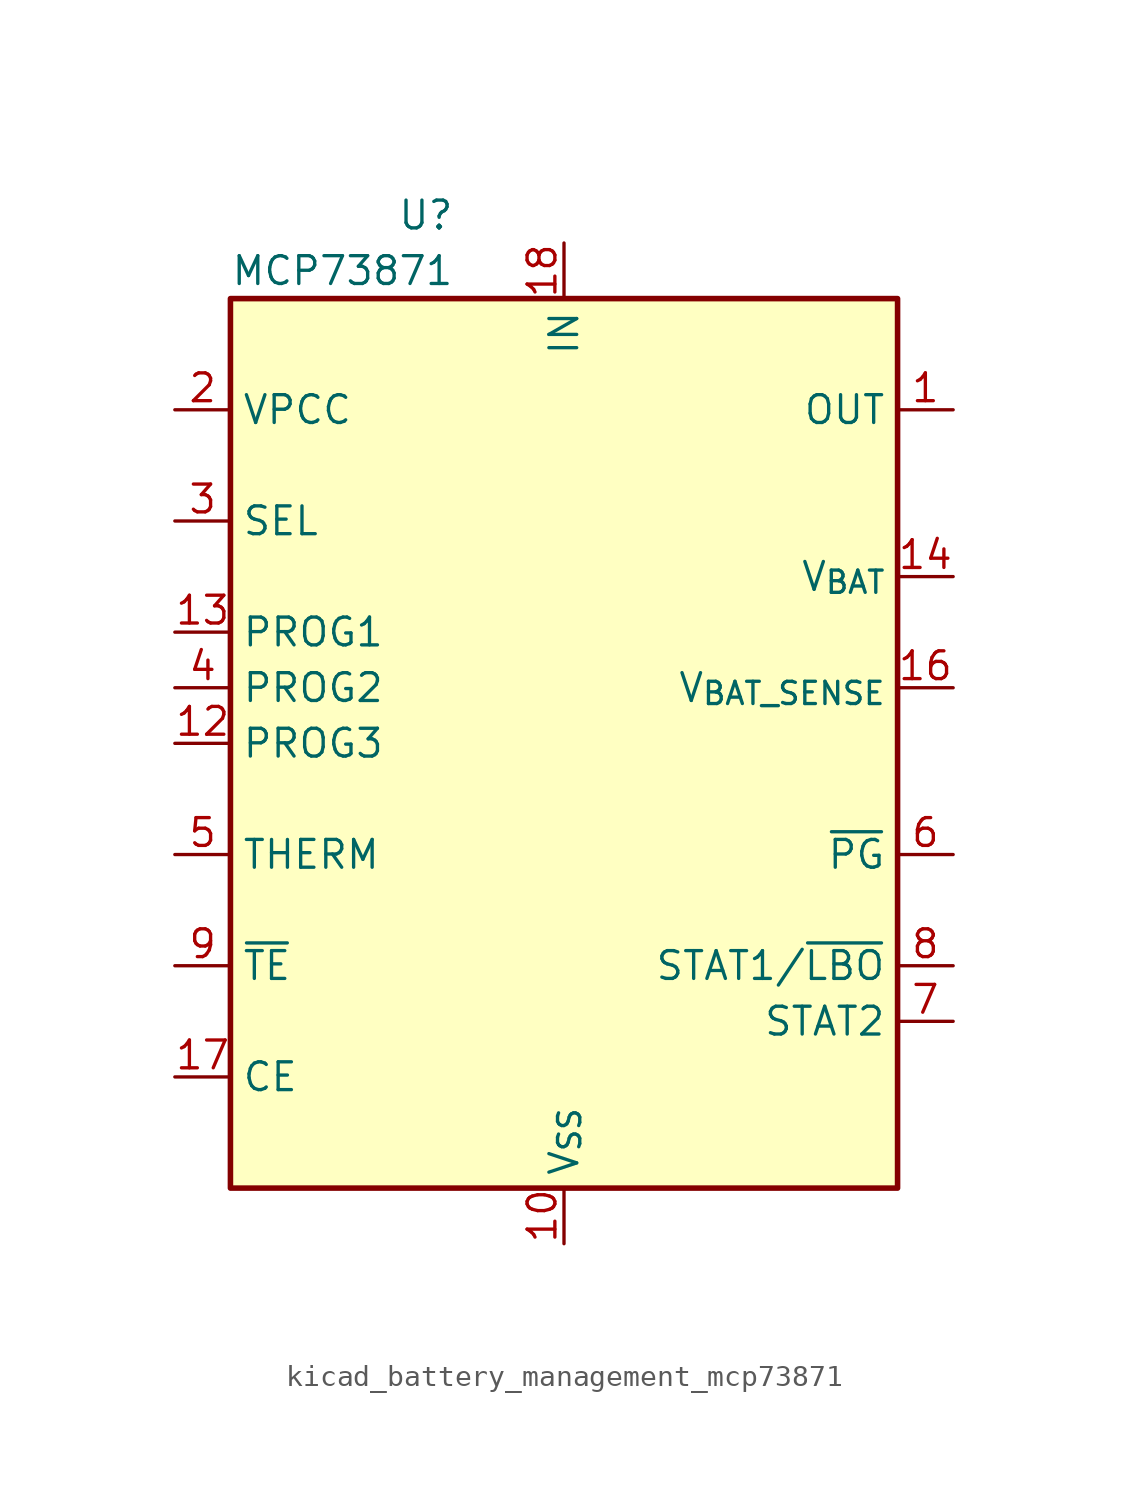
<source format=kicad_sym>
(kicad_symbol_lib
  (version 20220914)
  (generator kicad_symbol_editor)
  (symbol "kicad_battery_management_mcp73871"
    (property "Reference" "U"
      (at -7.62 24.13 0)
      (effects (font (size 1.27 1.27)) (justify left)))
    (property "Value" "MCP73871"
      (at -15.24 21.59 0)
      (effects (font (size 1.27 1.27)) (justify left)))
    (symbol "kicad_battery_management_mcp73871_0_1"
      (rectangle (start -15.24 20.32) (end 15.24 -20.32) (stroke (width 0.254) (type default)) (fill (type background))))
    (symbol "kicad_battery_management_mcp73871_1_1"
      (pin power_out line (at 17.78 15.24 180) (length 2.54) (name "OUT" (effects (font (size 1.27 1.27)))) (number "1" (effects (font (size 1.27 1.27)))))
      (pin power_in line (at 0 -22.86 90) (length 2.54) (name "V_{SS}" (effects (font (size 1.27 1.27)))) (number "10" (effects (font (size 1.27 1.27)))))
      (pin passive line (at 0 -22.86 90) (length 2.54) hide (name "V_{SS}" (effects (font (size 1.27 1.27)))) (number "11" (effects (font (size 1.27 1.27)))))
      (pin bidirectional line (at -17.78 0 0) (length 2.54) (name "PROG3" (effects (font (size 1.27 1.27)))) (number "12" (effects (font (size 1.27 1.27)))))
      (pin bidirectional line (at -17.78 5.08 0) (length 2.54) (name "PROG1" (effects (font (size 1.27 1.27)))) (number "13" (effects (font (size 1.27 1.27)))))
      (pin power_out line (at 17.78 7.62 180) (length 2.54) (name "V_{BAT}" (effects (font (size 1.27 1.27)))) (number "14" (effects (font (size 1.27 1.27)))))
      (pin passive line (at 17.78 7.62 180) (length 2.54) hide (name "V_{BAT}" (effects (font (size 1.27 1.27)))) (number "15" (effects (font (size 1.27 1.27)))))
      (pin input line (at 17.78 2.54 180) (length 2.54) (name "V_{BAT_SENSE}" (effects (font (size 1.27 1.27)))) (number "16" (effects (font (size 1.27 1.27)))))
      (pin input line (at -17.78 -15.24 0) (length 2.54) (name "CE" (effects (font (size 1.27 1.27)))) (number "17" (effects (font (size 1.27 1.27)))))
      (pin power_in line (at 0 22.86 270) (length 2.54) (name "IN" (effects (font (size 1.27 1.27)))) (number "18" (effects (font (size 1.27 1.27)))))
      (pin passive line (at 0 22.86 270) (length 2.54) hide (name "IN" (effects (font (size 1.27 1.27)))) (number "19" (effects (font (size 1.27 1.27)))))
      (pin input line (at -17.78 15.24 0) (length 2.54) (name "VPCC" (effects (font (size 1.27 1.27)))) (number "2" (effects (font (size 1.27 1.27)))))
      (pin passive line (at 17.78 15.24 180) (length 2.54) hide (name "OUT" (effects (font (size 1.27 1.27)))) (number "20" (effects (font (size 1.27 1.27)))))
      (pin passive line (at 0 -22.86 90) (length 2.54) hide (name "V_{SS}" (effects (font (size 1.27 1.27)))) (number "21" (effects (font (size 1.27 1.27)))))
      (pin input line (at -17.78 10.16 0) (length 2.54) (name "SEL" (effects (font (size 1.27 1.27)))) (number "3" (effects (font (size 1.27 1.27)))))
      (pin input line (at -17.78 2.54 0) (length 2.54) (name "PROG2" (effects (font (size 1.27 1.27)))) (number "4" (effects (font (size 1.27 1.27)))))
      (pin bidirectional line (at -17.78 -5.08 0) (length 2.54) (name "THERM" (effects (font (size 1.27 1.27)))) (number "5" (effects (font (size 1.27 1.27)))))
      (pin open_collector line (at 17.78 -5.08 180) (length 2.54) (name "~{PG}" (effects (font (size 1.27 1.27)))) (number "6" (effects (font (size 1.27 1.27)))))
      (pin open_collector line (at 17.78 -12.7 180) (length 2.54) (name "STAT2" (effects (font (size 1.27 1.27)))) (number "7" (effects (font (size 1.27 1.27)))))
      (pin open_collector line (at 17.78 -10.16 180) (length 2.54) (name "STAT1/~{LBO}" (effects (font (size 1.27 1.27)))) (number "8" (effects (font (size 1.27 1.27)))))
      (pin input line (at -17.78 -10.16 0) (length 2.54) (name "~{TE}" (effects (font (size 1.27 1.27)))) (number "9" (effects (font (size 1.27 1.27))))))))
</source>
